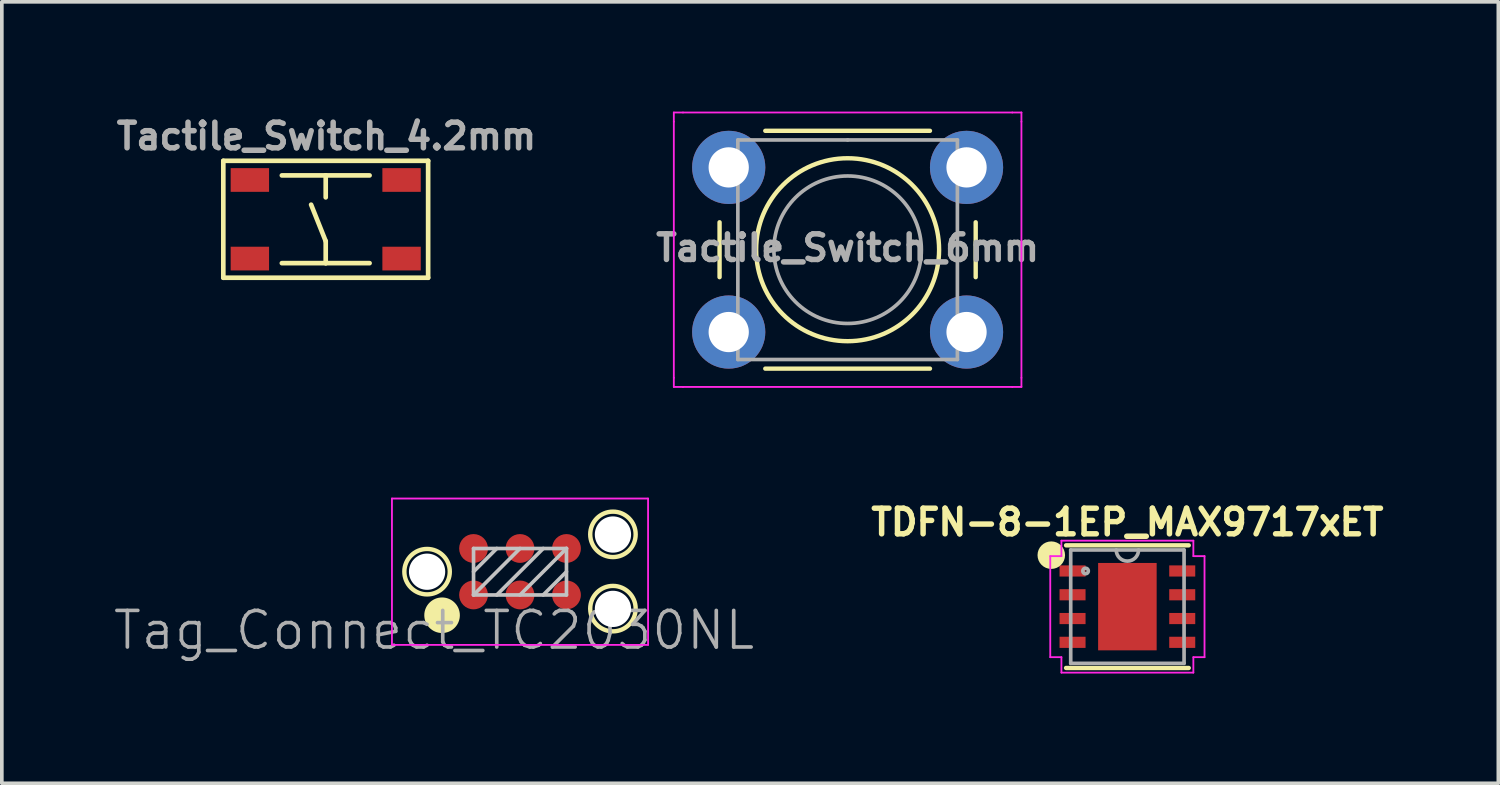
<source format=kicad_pcb>
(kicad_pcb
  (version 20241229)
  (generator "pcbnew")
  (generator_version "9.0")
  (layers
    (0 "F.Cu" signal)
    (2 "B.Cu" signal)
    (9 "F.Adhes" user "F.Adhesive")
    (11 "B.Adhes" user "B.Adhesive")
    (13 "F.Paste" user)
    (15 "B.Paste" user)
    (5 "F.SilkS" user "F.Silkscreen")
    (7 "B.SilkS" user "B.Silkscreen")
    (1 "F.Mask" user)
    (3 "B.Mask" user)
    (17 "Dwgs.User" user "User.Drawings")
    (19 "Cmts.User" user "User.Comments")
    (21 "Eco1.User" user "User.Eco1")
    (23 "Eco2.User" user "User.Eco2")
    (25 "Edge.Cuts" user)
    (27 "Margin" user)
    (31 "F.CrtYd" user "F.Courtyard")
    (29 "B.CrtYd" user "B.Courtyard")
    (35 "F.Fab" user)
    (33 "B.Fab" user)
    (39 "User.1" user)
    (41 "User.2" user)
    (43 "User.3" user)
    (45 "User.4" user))
  (footprint "Tactile_Switch_4.2mm"
    (layer "F.Cu")
    (at 5.852 2.943)
    (property "Reference" "Tactile_Switch_4.2mm" (at 0.02 -2.27 0) (layer "F.Fab") (effects (font (size 0.7 0.7) (thickness 0.15))))
    (attr smd)
    (fp_line (start -2.799 -1.598) (end 2.799 -1.598) (stroke (width 0.127) (type solid)) (layer "F.SilkS"))
    (fp_line (start -2.799 1.598) (end -2.799 -1.598) (stroke (width 0.127) (type solid)) (layer "F.SilkS"))
    (fp_line (start -1.199 -1.199) (end 0 -1.199) (stroke (width 0.127) (type solid)) (layer "F.SilkS"))
    (fp_line (start -1.199 1.199) (end 0 1.199) (stroke (width 0.127) (type solid)) (layer "F.SilkS"))
    (fp_line (start 0 -1.199) (end 0 -0.599) (stroke (width 0.127) (type solid)) (layer "F.SilkS"))
    (fp_line (start 0 -1.199) (end 1.199 -1.199) (stroke (width 0.127) (type solid)) (layer "F.SilkS"))
    (fp_line (start 0 0.599) (end -0.399 -0.399) (stroke (width 0.127) (type solid)) (layer "F.SilkS"))
    (fp_line (start 0 1.199) (end 0 0.599) (stroke (width 0.127) (type solid)) (layer "F.SilkS"))
    (fp_line (start 0 1.199) (end 1.199 1.199) (stroke (width 0.127) (type solid)) (layer "F.SilkS"))
    (fp_line (start 2.799 -1.598) (end 2.799 1.598) (stroke (width 0.127) (type solid)) (layer "F.SilkS"))
    (fp_line (start 2.799 1.598) (end -2.799 1.598) (stroke (width 0.127) (type solid)) (layer "F.SilkS"))
    (pad "1" smd rect (at -2.073 -1.074 90) (size 0.648 1.049) (layers "F.Cu" "F.Mask" "F.Paste"))
    (pad "1" smd rect (at 2.073 -1.074 90) (size 0.648 1.049) (layers "F.Cu" "F.Mask" "F.Paste"))
    (pad "2" smd rect (at -2.073 1.074 90) (size 0.648 1.049) (layers "F.Cu" "F.Mask" "F.Paste"))
    (pad "2" smd rect (at 2.073 1.074 90) (size 0.648 1.049) (layers "F.Cu" "F.Mask" "F.Paste")))
  (footprint "Tactile_Switch_6mm"
    (layer "F.Cu")
    (at 20.116 3.775)
    (property "Reference" "Tactile_Switch_6mm" (at -0.001 -0.05 0) (layer "F.Fab") (effects (font (size 0.7 0.7) (thickness 0.15))))
    (attr through_hole)
    (fp_line (start -3.5 -0.75) (end -3.5 0.75) (stroke (width 0.12) (type solid)) (layer "F.SilkS"))
    (fp_line (start -2.25 3.25) (end 2.25 3.25) (stroke (width 0.12) (type solid)) (layer "F.SilkS"))
    (fp_line (start 2.25 -3.25) (end -2.25 -3.25) (stroke (width 0.12) (type solid)) (layer "F.SilkS"))
    (fp_line (start 3.5 0.75) (end 3.5 -0.75) (stroke (width 0.12) (type solid)) (layer "F.SilkS"))
    (fp_circle (center 0 0) (end 2.5 0) (stroke (width 0.12) (type solid)) (fill no) (layer "F.SilkS"))
    (fp_line (start -4.75 -3.75) (end -4.5 -3.75) (stroke (width 0.05) (type solid)) (layer "F.CrtYd"))
    (fp_line (start -4.75 -3.5) (end -4.75 -3.75) (stroke (width 0.05) (type solid)) (layer "F.CrtYd"))
    (fp_line (start -4.75 3.5) (end -4.75 -3.5) (stroke (width 0.05) (type solid)) (layer "F.CrtYd"))
    (fp_line (start -4.75 3.5) (end -4.75 3.75) (stroke (width 0.05) (type solid)) (layer "F.CrtYd"))
    (fp_line (start -4.75 3.75) (end -4.5 3.75) (stroke (width 0.05) (type solid)) (layer "F.CrtYd"))
    (fp_line (start -4.5 -3.75) (end 4.5 -3.75) (stroke (width 0.05) (type solid)) (layer "F.CrtYd"))
    (fp_line (start 4.5 -3.75) (end 4.75 -3.75) (stroke (width 0.05) (type solid)) (layer "F.CrtYd"))
    (fp_line (start 4.5 3.75) (end -4.5 3.75) (stroke (width 0.05) (type solid)) (layer "F.CrtYd"))
    (fp_line (start 4.5 3.75) (end 4.75 3.75) (stroke (width 0.05) (type solid)) (layer "F.CrtYd"))
    (fp_line (start 4.75 -3.75) (end 4.75 -3.5) (stroke (width 0.05) (type solid)) (layer "F.CrtYd"))
    (fp_line (start 4.75 -3.5) (end 4.75 3.5) (stroke (width 0.05) (type solid)) (layer "F.CrtYd"))
    (fp_line (start 4.75 3.75) (end 4.75 3.5) (stroke (width 0.05) (type solid)) (layer "F.CrtYd"))
    (fp_line (start -3 -3) (end 0 -3) (stroke (width 0.1) (type solid)) (layer "F.Fab"))
    (fp_line (start -3 3) (end -3 -3) (stroke (width 0.1) (type solid)) (layer "F.Fab"))
    (fp_line (start 0 -3) (end 3 -3) (stroke (width 0.1) (type solid)) (layer "F.Fab"))
    (fp_line (start 3 -3) (end 3 3) (stroke (width 0.1) (type solid)) (layer "F.Fab"))
    (fp_line (start 3 3) (end -3 3) (stroke (width 0.1) (type solid)) (layer "F.Fab"))
    (fp_circle (center 0 0) (end -2 0.25) (stroke (width 0.1) (type solid)) (fill no) (layer "F.Fab"))
    (pad "1" thru_hole circle (at -3.25 -2.25 90) (size 2 2) (drill 1.1) (layers "*.Cu" "*.Mask"))
    (pad "1" thru_hole circle (at 3.25 -2.25 90) (size 2 2) (drill 1.1) (layers "*.Cu" "*.Mask"))
    (pad "2" thru_hole circle (at -3.25 2.25 90) (size 2 2) (drill 1.1) (layers "*.Cu" "*.Mask"))
    (pad "2" thru_hole circle (at 3.25 2.25 90) (size 2 2) (drill 1.1) (layers "*.Cu" "*.Mask")))
  (footprint "Tag_Connect_TC2030NL"
    (layer "F.Cu")
    (at 11.162 12.575)
    (property "Reference" "Tag_Connect_TC2030NL" (at -2.35 1.6 180) (layer "F.Fab") (effects (font (size 1 1) (thickness 0.1))))
    (attr smd exclude_from_pos_files exclude_from_bom)
    (fp_circle (center -2.54 -0.001) (end -2.14 0.474) (stroke (width 0.12) (type solid)) (fill no) (layer "F.SilkS"))
    (fp_circle (center -2.13 1.19) (end -1.704 1.19) (stroke (width 0.12) (type solid)) (fill yes) (layer "F.SilkS"))
    (fp_circle (center 2.54 -1.021) (end 2.94 -0.546) (stroke (width 0.12) (type solid)) (fill no) (layer "F.SilkS"))
    (fp_circle (center 2.54 1.009) (end 2.94 1.484) (stroke (width 0.12) (type solid)) (fill no) (layer "F.SilkS"))
    (fp_line (start -1.27 -0.635) (end 1.27 -0.635) (stroke (width 0.1) (type solid)) (layer "Dwgs.User"))
    (fp_line (start -1.27 0) (end -0.635 -0.635) (stroke (width 0.1) (type solid)) (layer "Dwgs.User"))
    (fp_line (start -1.27 0.635) (end -1.27 -0.635) (stroke (width 0.1) (type solid)) (layer "Dwgs.User"))
    (fp_line (start -1.27 0.635) (end 0 -0.635) (stroke (width 0.1) (type solid)) (layer "Dwgs.User"))
    (fp_line (start -0.635 0.635) (end 0.635 -0.635) (stroke (width 0.1) (type solid)) (layer "Dwgs.User"))
    (fp_line (start 0 0.635) (end 1.27 -0.635) (stroke (width 0.1) (type solid)) (layer "Dwgs.User"))
    (fp_line (start 0.635 0.635) (end 1.27 0) (stroke (width 0.1) (type solid)) (layer "Dwgs.User"))
    (fp_line (start 1.27 -0.635) (end 1.27 0.635) (stroke (width 0.1) (type solid)) (layer "Dwgs.User"))
    (fp_line (start 1.27 0.635) (end -1.27 0.635) (stroke (width 0.1) (type solid)) (layer "Dwgs.User"))
    (fp_line (start -3.5 -2) (end 3.5 -2) (stroke (width 0.05) (type solid)) (layer "F.CrtYd"))
    (fp_line (start -3.5 2) (end -3.5 -2) (stroke (width 0.05) (type solid)) (layer "F.CrtYd"))
    (fp_line (start 3.5 -2) (end 3.5 2) (stroke (width 0.05) (type solid)) (layer "F.CrtYd"))
    (fp_line (start 3.5 2) (end -3.5 2) (stroke (width 0.05) (type solid)) (layer "F.CrtYd"))
    (pad "" np_thru_hole circle (at -2.54 0) (size 0.991 0.991) (drill 0.991) (layers "*.Cu" "*.Mask"))
    (pad "" np_thru_hole circle (at 2.54 -1.016) (size 0.991 0.991) (drill 0.991) (layers "*.Cu" "*.Mask"))
    (pad "" np_thru_hole circle (at 2.54 1.016) (size 0.991 0.991) (drill 0.991) (layers "*.Cu" "*.Mask"))
    (pad "1" connect circle (at -1.27 0.635) (size 0.787 0.787) (layers "F.Cu" "F.Mask"))
    (pad "2" connect circle (at -1.27 -0.635) (size 0.787 0.787) (layers "F.Cu" "F.Mask"))
    (pad "3" connect circle (at 0 0.635) (size 0.787 0.787) (layers "F.Cu" "F.Mask"))
    (pad "4" connect circle (at 0 -0.635) (size 0.787 0.787) (layers "F.Cu" "F.Mask"))
    (pad "5" connect circle (at 1.27 0.635) (size 0.787 0.787) (layers "F.Cu" "F.Mask"))
    (pad "6" connect circle (at 1.27 -0.635) (size 0.787 0.787) (layers "F.Cu" "F.Mask"))
    (zone (net_name "") (layer "F.Cu") (hatch edge 0.508) (connect_pads) (min_thickness 0.254) (filled_areas_thickness no) (keepout (tracks not_allowed) (vias not_allowed) (pads not_allowed) (copperpour not_allowed) (footprints allowed)) (placement (enabled no)) (fill) (polygon (pts (xy 12.432 11.94) (xy 12.432 13.215) (xy 9.892 13.215) (xy 9.892 11.945)))))
  (footprint "TDFN-8-1EP_MAX9717xET"
    (layer "F.Cu")
    (at 27.762 13.53)
    (property "Reference" "TDFN-8-1EP_MAX9717xET" (at 0 -2.307 0) (layer "F.SilkS") (effects (font (size 0.7 0.7) (thickness 0.15))))
    (attr smd)
    (fp_line (start -1.676 1.676) (end 1.676 1.676) (stroke (width 0.12) (type solid)) (layer "F.SilkS"))
    (fp_line (start 1.676 -1.676) (end -1.676 -1.676) (stroke (width 0.12) (type solid)) (layer "F.SilkS"))
    (fp_circle (center -2.08 -1.407) (end -1.764 -1.407) (stroke (width 0.12) (type solid)) (fill yes) (layer "F.SilkS"))
    (fp_line (start -2.108 -1.381) (end -1.803 -1.381) (stroke (width 0.05) (type solid)) (layer "F.CrtYd"))
    (fp_line (start -2.108 1.381) (end -2.108 -1.381) (stroke (width 0.05) (type solid)) (layer "F.CrtYd"))
    (fp_line (start -1.803 -1.803) (end 1.803 -1.803) (stroke (width 0.05) (type solid)) (layer "F.CrtYd"))
    (fp_line (start -1.803 -1.381) (end -1.803 -1.803) (stroke (width 0.05) (type solid)) (layer "F.CrtYd"))
    (fp_line (start -1.803 1.381) (end -2.108 1.381) (stroke (width 0.05) (type solid)) (layer "F.CrtYd"))
    (fp_line (start -1.803 1.803) (end -1.803 1.381) (stroke (width 0.05) (type solid)) (layer "F.CrtYd"))
    (fp_line (start 1.803 -1.803) (end 1.803 -1.381) (stroke (width 0.05) (type solid)) (layer "F.CrtYd"))
    (fp_line (start 1.803 -1.381) (end 2.108 -1.381) (stroke (width 0.05) (type solid)) (layer "F.CrtYd"))
    (fp_line (start 1.803 1.381) (end 1.803 1.803) (stroke (width 0.05) (type solid)) (layer "F.CrtYd"))
    (fp_line (start 1.803 1.803) (end -1.803 1.803) (stroke (width 0.05) (type solid)) (layer "F.CrtYd"))
    (fp_line (start 2.108 -1.381) (end 2.108 1.381) (stroke (width 0.05) (type solid)) (layer "F.CrtYd"))
    (fp_line (start 2.108 1.381) (end 1.803 1.381) (stroke (width 0.05) (type solid)) (layer "F.CrtYd"))
    (fp_line (start -1.549 -1.549) (end -1.549 1.549) (stroke (width 0.1) (type solid)) (layer "F.Fab"))
    (fp_line (start -1.549 1.549) (end 1.549 1.549) (stroke (width 0.1) (type solid)) (layer "F.Fab"))
    (fp_line (start 1.549 -1.549) (end -1.549 -1.549) (stroke (width 0.1) (type solid)) (layer "F.Fab"))
    (fp_line (start 1.549 1.549) (end 1.549 -1.549) (stroke (width 0.1) (type solid)) (layer "F.Fab"))
    (fp_arc (start 0.3048 -1.5494) (mid 0 -1.2446) (end -0.3048 -1.5494) (stroke (width 0.1) (type solid)) (layer "F.Fab"))
    (fp_circle (center -1.143 -0.975) (end -1.067 -0.975) (stroke (width 0.1) (type solid)) (fill no) (layer "F.Fab"))
    (pad "1" smd rect (at -1.499 -0.975) (size 0.711 0.305) (layers "F.Cu" "F.Mask" "F.Paste"))
    (pad "2" smd rect (at -1.499 -0.325) (size 0.711 0.305) (layers "F.Cu" "F.Mask" "F.Paste"))
    (pad "3" smd rect (at -1.499 0.325) (size 0.711 0.305) (layers "F.Cu" "F.Mask" "F.Paste"))
    (pad "4" smd rect (at -1.499 0.975) (size 0.711 0.305) (layers "F.Cu" "F.Mask" "F.Paste"))
    (pad "5" smd rect (at 1.499 0.975) (size 0.711 0.305) (layers "F.Cu" "F.Mask" "F.Paste"))
    (pad "6" smd rect (at 1.499 0.325) (size 0.711 0.305) (layers "F.Cu" "F.Mask" "F.Paste"))
    (pad "7" smd rect (at 1.499 -0.325) (size 0.711 0.305) (layers "F.Cu" "F.Mask" "F.Paste"))
    (pad "8" smd rect (at 1.499 -0.975) (size 0.711 0.305) (layers "F.Cu" "F.Mask" "F.Paste"))
    (pad "9" smd rect (at 0 0) (size 1.6 2.388) (layers "F.Cu" "F.Mask" "F.Paste")))
  (gr_rect
    (start -3 -3)
    (end 37.9 18.358)
    (stroke (width 0.1) (type default))
    (fill no)
    (layer "Edge.Cuts")))
</source>
